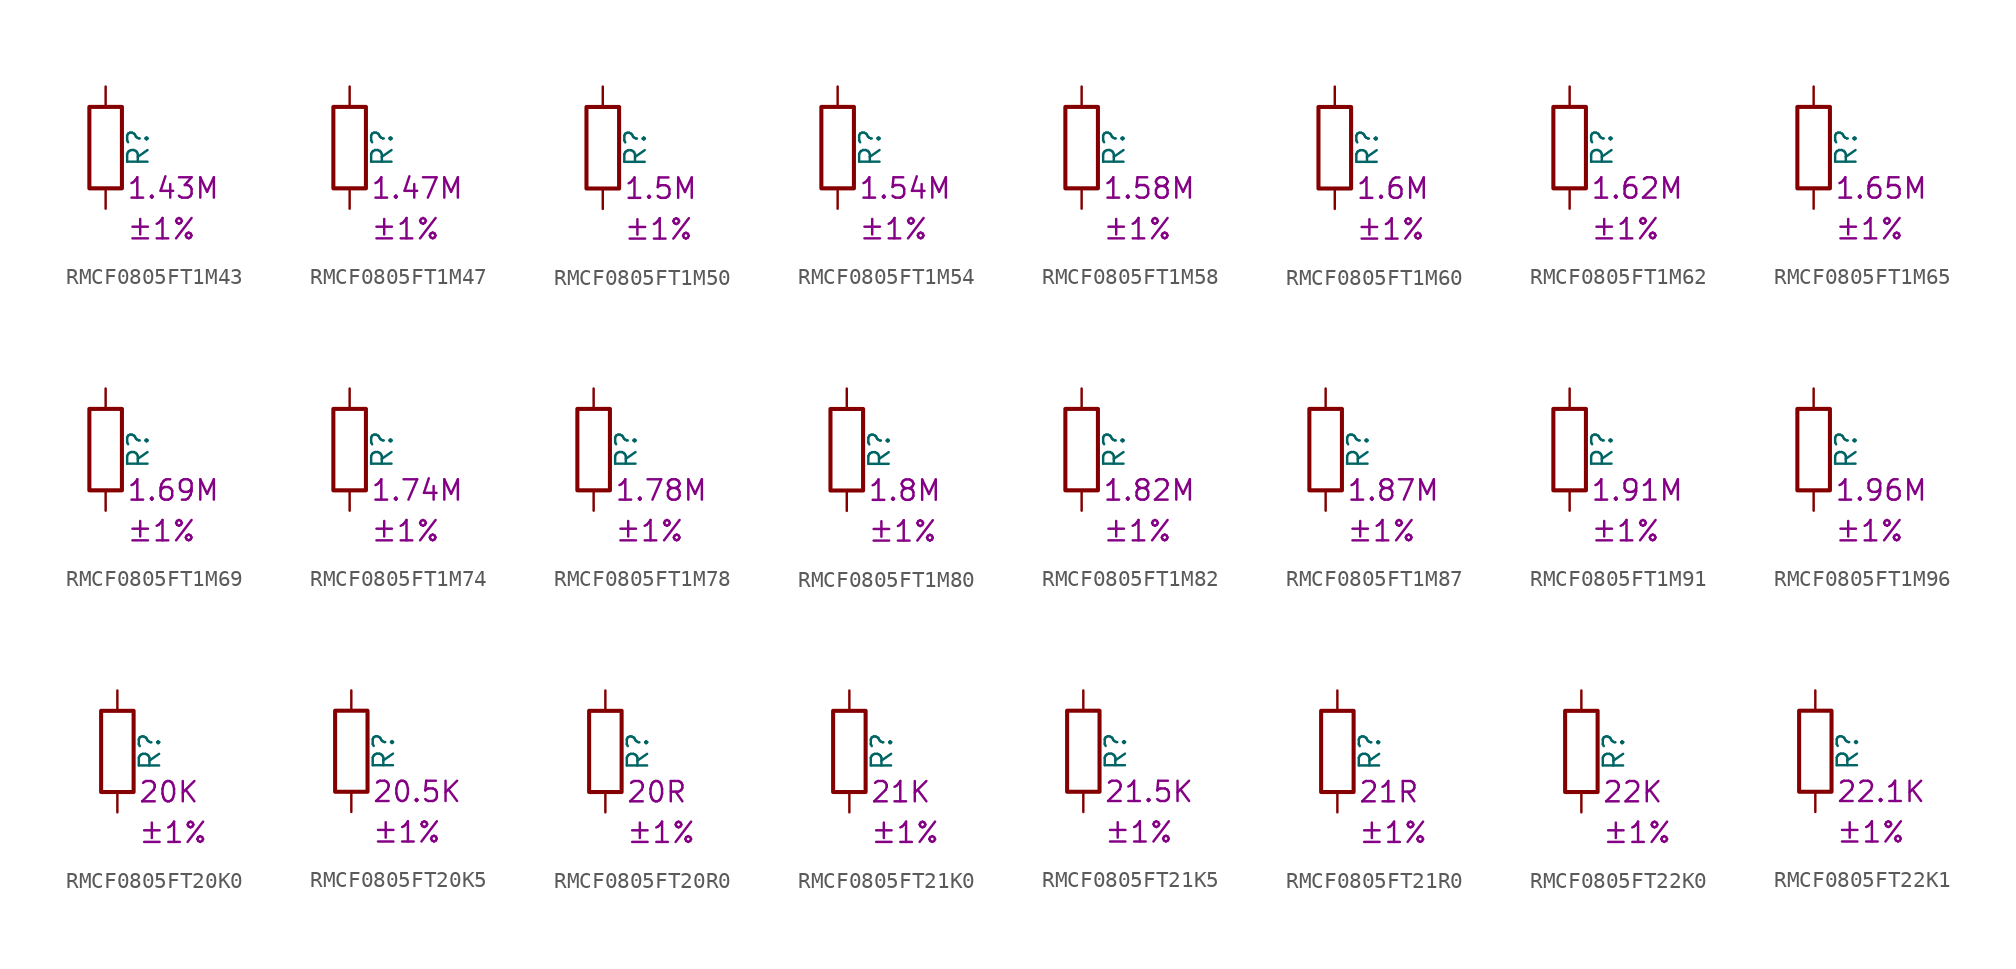
<source format=kicad_sym>
(kicad_symbol_lib
  (version 20220914)
  (generator kicad_symbol_editor)
  (symbol "RMCF0805FT1M43"
    (pin_numbers hide)
    (pin_names
      (offset 0))
    (property "Reference" "R"
      (at 2.032 0 90)
      (effects (font (size 1.27 1.27))))
    (property "Resistance" "1.43M"
      (at 1.27 -2.54 0)
      (effects (font (size 1.27 1.27)) (justify left)))
    (property "Tolerance" "±1%"
      (at 1.27 -5.08 0)
      (effects (font (size 1.27 1.27)) (justify left)))
    (symbol "RMCF0805FT1M43_0_1"
      (rectangle (start -1.016 -2.54) (end 1.016 2.54) (stroke (width 0.254) (type default)) (fill (type none))))
    (symbol "RMCF0805FT1M43_1_1"
      (pin passive line (at 0 3.81 270) (length 1.27) (name "~" (effects (font (size 1.27 1.27)))) (number "1" (effects (font (size 1.27 1.27)))))
      (pin passive line (at 0 -3.81 90) (length 1.27) (name "~" (effects (font (size 1.27 1.27)))) (number "2" (effects (font (size 1.27 1.27)))))))
  (symbol "RMCF0805FT1M47"
    (pin_numbers hide)
    (pin_names
      (offset 0))
    (property "Reference" "R"
      (at 2.032 0 90)
      (effects (font (size 1.27 1.27))))
    (property "Resistance" "1.47M"
      (at 1.27 -2.54 0)
      (effects (font (size 1.27 1.27)) (justify left)))
    (property "Tolerance" "±1%"
      (at 1.27 -5.08 0)
      (effects (font (size 1.27 1.27)) (justify left)))
    (symbol "RMCF0805FT1M47_0_1"
      (rectangle (start -1.016 -2.54) (end 1.016 2.54) (stroke (width 0.254) (type default)) (fill (type none))))
    (symbol "RMCF0805FT1M47_1_1"
      (pin passive line (at 0 3.81 270) (length 1.27) (name "~" (effects (font (size 1.27 1.27)))) (number "1" (effects (font (size 1.27 1.27)))))
      (pin passive line (at 0 -3.81 90) (length 1.27) (name "~" (effects (font (size 1.27 1.27)))) (number "2" (effects (font (size 1.27 1.27)))))))
  (symbol "RMCF0805FT1M50"
    (pin_numbers hide)
    (pin_names
      (offset 0))
    (property "Reference" "R"
      (at 2.032 0 90)
      (effects (font (size 1.27 1.27))))
    (property "Resistance" "1.5M"
      (at 1.27 -2.54 0)
      (effects (font (size 1.27 1.27)) (justify left)))
    (property "Tolerance" "±1%"
      (at 1.27 -5.08 0)
      (effects (font (size 1.27 1.27)) (justify left)))
    (symbol "RMCF0805FT1M50_0_1"
      (rectangle (start -1.016 -2.54) (end 1.016 2.54) (stroke (width 0.254) (type default)) (fill (type none))))
    (symbol "RMCF0805FT1M50_1_1"
      (pin passive line (at 0 3.81 270) (length 1.27) (name "~" (effects (font (size 1.27 1.27)))) (number "1" (effects (font (size 1.27 1.27)))))
      (pin passive line (at 0 -3.81 90) (length 1.27) (name "~" (effects (font (size 1.27 1.27)))) (number "2" (effects (font (size 1.27 1.27)))))))
  (symbol "RMCF0805FT1M54"
    (pin_numbers hide)
    (pin_names
      (offset 0))
    (property "Reference" "R"
      (at 2.032 0 90)
      (effects (font (size 1.27 1.27))))
    (property "Resistance" "1.54M"
      (at 1.27 -2.54 0)
      (effects (font (size 1.27 1.27)) (justify left)))
    (property "Tolerance" "±1%"
      (at 1.27 -5.08 0)
      (effects (font (size 1.27 1.27)) (justify left)))
    (symbol "RMCF0805FT1M54_0_1"
      (rectangle (start -1.016 -2.54) (end 1.016 2.54) (stroke (width 0.254) (type default)) (fill (type none))))
    (symbol "RMCF0805FT1M54_1_1"
      (pin passive line (at 0 3.81 270) (length 1.27) (name "~" (effects (font (size 1.27 1.27)))) (number "1" (effects (font (size 1.27 1.27)))))
      (pin passive line (at 0 -3.81 90) (length 1.27) (name "~" (effects (font (size 1.27 1.27)))) (number "2" (effects (font (size 1.27 1.27)))))))
  (symbol "RMCF0805FT1M58"
    (pin_numbers hide)
    (pin_names
      (offset 0))
    (property "Reference" "R"
      (at 2.032 0 90)
      (effects (font (size 1.27 1.27))))
    (property "Resistance" "1.58M"
      (at 1.27 -2.54 0)
      (effects (font (size 1.27 1.27)) (justify left)))
    (property "Tolerance" "±1%"
      (at 1.27 -5.08 0)
      (effects (font (size 1.27 1.27)) (justify left)))
    (symbol "RMCF0805FT1M58_0_1"
      (rectangle (start -1.016 -2.54) (end 1.016 2.54) (stroke (width 0.254) (type default)) (fill (type none))))
    (symbol "RMCF0805FT1M58_1_1"
      (pin passive line (at 0 3.81 270) (length 1.27) (name "~" (effects (font (size 1.27 1.27)))) (number "1" (effects (font (size 1.27 1.27)))))
      (pin passive line (at 0 -3.81 90) (length 1.27) (name "~" (effects (font (size 1.27 1.27)))) (number "2" (effects (font (size 1.27 1.27)))))))
  (symbol "RMCF0805FT1M60"
    (pin_numbers hide)
    (pin_names
      (offset 0))
    (property "Reference" "R"
      (at 2.032 0 90)
      (effects (font (size 1.27 1.27))))
    (property "Resistance" "1.6M"
      (at 1.27 -2.54 0)
      (effects (font (size 1.27 1.27)) (justify left)))
    (property "Tolerance" "±1%"
      (at 1.27 -5.08 0)
      (effects (font (size 1.27 1.27)) (justify left)))
    (symbol "RMCF0805FT1M60_0_1"
      (rectangle (start -1.016 -2.54) (end 1.016 2.54) (stroke (width 0.254) (type default)) (fill (type none))))
    (symbol "RMCF0805FT1M60_1_1"
      (pin passive line (at 0 3.81 270) (length 1.27) (name "~" (effects (font (size 1.27 1.27)))) (number "1" (effects (font (size 1.27 1.27)))))
      (pin passive line (at 0 -3.81 90) (length 1.27) (name "~" (effects (font (size 1.27 1.27)))) (number "2" (effects (font (size 1.27 1.27)))))))
  (symbol "RMCF0805FT1M62"
    (pin_numbers hide)
    (pin_names
      (offset 0))
    (property "Reference" "R"
      (at 2.032 0 90)
      (effects (font (size 1.27 1.27))))
    (property "Resistance" "1.62M"
      (at 1.27 -2.54 0)
      (effects (font (size 1.27 1.27)) (justify left)))
    (property "Tolerance" "±1%"
      (at 1.27 -5.08 0)
      (effects (font (size 1.27 1.27)) (justify left)))
    (symbol "RMCF0805FT1M62_0_1"
      (rectangle (start -1.016 -2.54) (end 1.016 2.54) (stroke (width 0.254) (type default)) (fill (type none))))
    (symbol "RMCF0805FT1M62_1_1"
      (pin passive line (at 0 3.81 270) (length 1.27) (name "~" (effects (font (size 1.27 1.27)))) (number "1" (effects (font (size 1.27 1.27)))))
      (pin passive line (at 0 -3.81 90) (length 1.27) (name "~" (effects (font (size 1.27 1.27)))) (number "2" (effects (font (size 1.27 1.27)))))))
  (symbol "RMCF0805FT1M65"
    (pin_numbers hide)
    (pin_names
      (offset 0))
    (property "Reference" "R"
      (at 2.032 0 90)
      (effects (font (size 1.27 1.27))))
    (property "Resistance" "1.65M"
      (at 1.27 -2.54 0)
      (effects (font (size 1.27 1.27)) (justify left)))
    (property "Tolerance" "±1%"
      (at 1.27 -5.08 0)
      (effects (font (size 1.27 1.27)) (justify left)))
    (symbol "RMCF0805FT1M65_0_1"
      (rectangle (start -1.016 -2.54) (end 1.016 2.54) (stroke (width 0.254) (type default)) (fill (type none))))
    (symbol "RMCF0805FT1M65_1_1"
      (pin passive line (at 0 3.81 270) (length 1.27) (name "~" (effects (font (size 1.27 1.27)))) (number "1" (effects (font (size 1.27 1.27)))))
      (pin passive line (at 0 -3.81 90) (length 1.27) (name "~" (effects (font (size 1.27 1.27)))) (number "2" (effects (font (size 1.27 1.27)))))))
  (symbol "RMCF0805FT1M69"
    (pin_numbers hide)
    (pin_names
      (offset 0))
    (property "Reference" "R"
      (at 2.032 0 90)
      (effects (font (size 1.27 1.27))))
    (property "Resistance" "1.69M"
      (at 1.27 -2.54 0)
      (effects (font (size 1.27 1.27)) (justify left)))
    (property "Tolerance" "±1%"
      (at 1.27 -5.08 0)
      (effects (font (size 1.27 1.27)) (justify left)))
    (symbol "RMCF0805FT1M69_0_1"
      (rectangle (start -1.016 -2.54) (end 1.016 2.54) (stroke (width 0.254) (type default)) (fill (type none))))
    (symbol "RMCF0805FT1M69_1_1"
      (pin passive line (at 0 3.81 270) (length 1.27) (name "~" (effects (font (size 1.27 1.27)))) (number "1" (effects (font (size 1.27 1.27)))))
      (pin passive line (at 0 -3.81 90) (length 1.27) (name "~" (effects (font (size 1.27 1.27)))) (number "2" (effects (font (size 1.27 1.27)))))))
  (symbol "RMCF0805FT1M74"
    (pin_numbers hide)
    (pin_names
      (offset 0))
    (property "Reference" "R"
      (at 2.032 0 90)
      (effects (font (size 1.27 1.27))))
    (property "Resistance" "1.74M"
      (at 1.27 -2.54 0)
      (effects (font (size 1.27 1.27)) (justify left)))
    (property "Tolerance" "±1%"
      (at 1.27 -5.08 0)
      (effects (font (size 1.27 1.27)) (justify left)))
    (symbol "RMCF0805FT1M74_0_1"
      (rectangle (start -1.016 -2.54) (end 1.016 2.54) (stroke (width 0.254) (type default)) (fill (type none))))
    (symbol "RMCF0805FT1M74_1_1"
      (pin passive line (at 0 3.81 270) (length 1.27) (name "~" (effects (font (size 1.27 1.27)))) (number "1" (effects (font (size 1.27 1.27)))))
      (pin passive line (at 0 -3.81 90) (length 1.27) (name "~" (effects (font (size 1.27 1.27)))) (number "2" (effects (font (size 1.27 1.27)))))))
  (symbol "RMCF0805FT1M78"
    (pin_numbers hide)
    (pin_names
      (offset 0))
    (property "Reference" "R"
      (at 2.032 0 90)
      (effects (font (size 1.27 1.27))))
    (property "Resistance" "1.78M"
      (at 1.27 -2.54 0)
      (effects (font (size 1.27 1.27)) (justify left)))
    (property "Tolerance" "±1%"
      (at 1.27 -5.08 0)
      (effects (font (size 1.27 1.27)) (justify left)))
    (symbol "RMCF0805FT1M78_0_1"
      (rectangle (start -1.016 -2.54) (end 1.016 2.54) (stroke (width 0.254) (type default)) (fill (type none))))
    (symbol "RMCF0805FT1M78_1_1"
      (pin passive line (at 0 3.81 270) (length 1.27) (name "~" (effects (font (size 1.27 1.27)))) (number "1" (effects (font (size 1.27 1.27)))))
      (pin passive line (at 0 -3.81 90) (length 1.27) (name "~" (effects (font (size 1.27 1.27)))) (number "2" (effects (font (size 1.27 1.27)))))))
  (symbol "RMCF0805FT1M80"
    (pin_numbers hide)
    (pin_names
      (offset 0))
    (property "Reference" "R"
      (at 2.032 0 90)
      (effects (font (size 1.27 1.27))))
    (property "Resistance" "1.8M"
      (at 1.27 -2.54 0)
      (effects (font (size 1.27 1.27)) (justify left)))
    (property "Tolerance" "±1%"
      (at 1.27 -5.08 0)
      (effects (font (size 1.27 1.27)) (justify left)))
    (symbol "RMCF0805FT1M80_0_1"
      (rectangle (start -1.016 -2.54) (end 1.016 2.54) (stroke (width 0.254) (type default)) (fill (type none))))
    (symbol "RMCF0805FT1M80_1_1"
      (pin passive line (at 0 3.81 270) (length 1.27) (name "~" (effects (font (size 1.27 1.27)))) (number "1" (effects (font (size 1.27 1.27)))))
      (pin passive line (at 0 -3.81 90) (length 1.27) (name "~" (effects (font (size 1.27 1.27)))) (number "2" (effects (font (size 1.27 1.27)))))))
  (symbol "RMCF0805FT1M82"
    (pin_numbers hide)
    (pin_names
      (offset 0))
    (property "Reference" "R"
      (at 2.032 0 90)
      (effects (font (size 1.27 1.27))))
    (property "Resistance" "1.82M"
      (at 1.27 -2.54 0)
      (effects (font (size 1.27 1.27)) (justify left)))
    (property "Tolerance" "±1%"
      (at 1.27 -5.08 0)
      (effects (font (size 1.27 1.27)) (justify left)))
    (symbol "RMCF0805FT1M82_0_1"
      (rectangle (start -1.016 -2.54) (end 1.016 2.54) (stroke (width 0.254) (type default)) (fill (type none))))
    (symbol "RMCF0805FT1M82_1_1"
      (pin passive line (at 0 3.81 270) (length 1.27) (name "~" (effects (font (size 1.27 1.27)))) (number "1" (effects (font (size 1.27 1.27)))))
      (pin passive line (at 0 -3.81 90) (length 1.27) (name "~" (effects (font (size 1.27 1.27)))) (number "2" (effects (font (size 1.27 1.27)))))))
  (symbol "RMCF0805FT1M87"
    (pin_numbers hide)
    (pin_names
      (offset 0))
    (property "Reference" "R"
      (at 2.032 0 90)
      (effects (font (size 1.27 1.27))))
    (property "Resistance" "1.87M"
      (at 1.27 -2.54 0)
      (effects (font (size 1.27 1.27)) (justify left)))
    (property "Tolerance" "±1%"
      (at 1.27 -5.08 0)
      (effects (font (size 1.27 1.27)) (justify left)))
    (symbol "RMCF0805FT1M87_0_1"
      (rectangle (start -1.016 -2.54) (end 1.016 2.54) (stroke (width 0.254) (type default)) (fill (type none))))
    (symbol "RMCF0805FT1M87_1_1"
      (pin passive line (at 0 3.81 270) (length 1.27) (name "~" (effects (font (size 1.27 1.27)))) (number "1" (effects (font (size 1.27 1.27)))))
      (pin passive line (at 0 -3.81 90) (length 1.27) (name "~" (effects (font (size 1.27 1.27)))) (number "2" (effects (font (size 1.27 1.27)))))))
  (symbol "RMCF0805FT1M91"
    (pin_numbers hide)
    (pin_names
      (offset 0))
    (property "Reference" "R"
      (at 2.032 0 90)
      (effects (font (size 1.27 1.27))))
    (property "Resistance" "1.91M"
      (at 1.27 -2.54 0)
      (effects (font (size 1.27 1.27)) (justify left)))
    (property "Tolerance" "±1%"
      (at 1.27 -5.08 0)
      (effects (font (size 1.27 1.27)) (justify left)))
    (symbol "RMCF0805FT1M91_0_1"
      (rectangle (start -1.016 -2.54) (end 1.016 2.54) (stroke (width 0.254) (type default)) (fill (type none))))
    (symbol "RMCF0805FT1M91_1_1"
      (pin passive line (at 0 3.81 270) (length 1.27) (name "~" (effects (font (size 1.27 1.27)))) (number "1" (effects (font (size 1.27 1.27)))))
      (pin passive line (at 0 -3.81 90) (length 1.27) (name "~" (effects (font (size 1.27 1.27)))) (number "2" (effects (font (size 1.27 1.27)))))))
  (symbol "RMCF0805FT1M96"
    (pin_numbers hide)
    (pin_names
      (offset 0))
    (property "Reference" "R"
      (at 2.032 0 90)
      (effects (font (size 1.27 1.27))))
    (property "Resistance" "1.96M"
      (at 1.27 -2.54 0)
      (effects (font (size 1.27 1.27)) (justify left)))
    (property "Tolerance" "±1%"
      (at 1.27 -5.08 0)
      (effects (font (size 1.27 1.27)) (justify left)))
    (symbol "RMCF0805FT1M96_0_1"
      (rectangle (start -1.016 -2.54) (end 1.016 2.54) (stroke (width 0.254) (type default)) (fill (type none))))
    (symbol "RMCF0805FT1M96_1_1"
      (pin passive line (at 0 3.81 270) (length 1.27) (name "~" (effects (font (size 1.27 1.27)))) (number "1" (effects (font (size 1.27 1.27)))))
      (pin passive line (at 0 -3.81 90) (length 1.27) (name "~" (effects (font (size 1.27 1.27)))) (number "2" (effects (font (size 1.27 1.27)))))))
  (symbol "RMCF0805FT20K0"
    (pin_numbers hide)
    (pin_names
      (offset 0))
    (property "Reference" "R"
      (at 2.032 0 90)
      (effects (font (size 1.27 1.27))))
    (property "Resistance" "20K"
      (at 1.27 -2.54 0)
      (effects (font (size 1.27 1.27)) (justify left)))
    (property "Tolerance" "±1%"
      (at 1.27 -5.08 0)
      (effects (font (size 1.27 1.27)) (justify left)))
    (symbol "RMCF0805FT20K0_0_1"
      (rectangle (start -1.016 -2.54) (end 1.016 2.54) (stroke (width 0.254) (type default)) (fill (type none))))
    (symbol "RMCF0805FT20K0_1_1"
      (pin passive line (at 0 3.81 270) (length 1.27) (name "~" (effects (font (size 1.27 1.27)))) (number "1" (effects (font (size 1.27 1.27)))))
      (pin passive line (at 0 -3.81 90) (length 1.27) (name "~" (effects (font (size 1.27 1.27)))) (number "2" (effects (font (size 1.27 1.27)))))))
  (symbol "RMCF0805FT20K5"
    (pin_numbers hide)
    (pin_names
      (offset 0))
    (property "Reference" "R"
      (at 2.032 0 90)
      (effects (font (size 1.27 1.27))))
    (property "Resistance" "20.5K"
      (at 1.27 -2.54 0)
      (effects (font (size 1.27 1.27)) (justify left)))
    (property "Tolerance" "±1%"
      (at 1.27 -5.08 0)
      (effects (font (size 1.27 1.27)) (justify left)))
    (symbol "RMCF0805FT20K5_0_1"
      (rectangle (start -1.016 -2.54) (end 1.016 2.54) (stroke (width 0.254) (type default)) (fill (type none))))
    (symbol "RMCF0805FT20K5_1_1"
      (pin passive line (at 0 3.81 270) (length 1.27) (name "~" (effects (font (size 1.27 1.27)))) (number "1" (effects (font (size 1.27 1.27)))))
      (pin passive line (at 0 -3.81 90) (length 1.27) (name "~" (effects (font (size 1.27 1.27)))) (number "2" (effects (font (size 1.27 1.27)))))))
  (symbol "RMCF0805FT20R0"
    (pin_numbers hide)
    (pin_names
      (offset 0))
    (property "Reference" "R"
      (at 2.032 0 90)
      (effects (font (size 1.27 1.27))))
    (property "Resistance" "20R"
      (at 1.27 -2.54 0)
      (effects (font (size 1.27 1.27)) (justify left)))
    (property "Tolerance" "±1%"
      (at 1.27 -5.08 0)
      (effects (font (size 1.27 1.27)) (justify left)))
    (symbol "RMCF0805FT20R0_0_1"
      (rectangle (start -1.016 -2.54) (end 1.016 2.54) (stroke (width 0.254) (type default)) (fill (type none))))
    (symbol "RMCF0805FT20R0_1_1"
      (pin passive line (at 0 3.81 270) (length 1.27) (name "~" (effects (font (size 1.27 1.27)))) (number "1" (effects (font (size 1.27 1.27)))))
      (pin passive line (at 0 -3.81 90) (length 1.27) (name "~" (effects (font (size 1.27 1.27)))) (number "2" (effects (font (size 1.27 1.27)))))))
  (symbol "RMCF0805FT21K0"
    (pin_numbers hide)
    (pin_names
      (offset 0))
    (property "Reference" "R"
      (at 2.032 0 90)
      (effects (font (size 1.27 1.27))))
    (property "Resistance" "21K"
      (at 1.27 -2.54 0)
      (effects (font (size 1.27 1.27)) (justify left)))
    (property "Tolerance" "±1%"
      (at 1.27 -5.08 0)
      (effects (font (size 1.27 1.27)) (justify left)))
    (symbol "RMCF0805FT21K0_0_1"
      (rectangle (start -1.016 -2.54) (end 1.016 2.54) (stroke (width 0.254) (type default)) (fill (type none))))
    (symbol "RMCF0805FT21K0_1_1"
      (pin passive line (at 0 3.81 270) (length 1.27) (name "~" (effects (font (size 1.27 1.27)))) (number "1" (effects (font (size 1.27 1.27)))))
      (pin passive line (at 0 -3.81 90) (length 1.27) (name "~" (effects (font (size 1.27 1.27)))) (number "2" (effects (font (size 1.27 1.27)))))))
  (symbol "RMCF0805FT21K5"
    (pin_numbers hide)
    (pin_names
      (offset 0))
    (property "Reference" "R"
      (at 2.032 0 90)
      (effects (font (size 1.27 1.27))))
    (property "Resistance" "21.5K"
      (at 1.27 -2.54 0)
      (effects (font (size 1.27 1.27)) (justify left)))
    (property "Tolerance" "±1%"
      (at 1.27 -5.08 0)
      (effects (font (size 1.27 1.27)) (justify left)))
    (symbol "RMCF0805FT21K5_0_1"
      (rectangle (start -1.016 -2.54) (end 1.016 2.54) (stroke (width 0.254) (type default)) (fill (type none))))
    (symbol "RMCF0805FT21K5_1_1"
      (pin passive line (at 0 3.81 270) (length 1.27) (name "~" (effects (font (size 1.27 1.27)))) (number "1" (effects (font (size 1.27 1.27)))))
      (pin passive line (at 0 -3.81 90) (length 1.27) (name "~" (effects (font (size 1.27 1.27)))) (number "2" (effects (font (size 1.27 1.27)))))))
  (symbol "RMCF0805FT21R0"
    (pin_numbers hide)
    (pin_names
      (offset 0))
    (property "Reference" "R"
      (at 2.032 0 90)
      (effects (font (size 1.27 1.27))))
    (property "Resistance" "21R"
      (at 1.27 -2.54 0)
      (effects (font (size 1.27 1.27)) (justify left)))
    (property "Tolerance" "±1%"
      (at 1.27 -5.08 0)
      (effects (font (size 1.27 1.27)) (justify left)))
    (symbol "RMCF0805FT21R0_0_1"
      (rectangle (start -1.016 -2.54) (end 1.016 2.54) (stroke (width 0.254) (type default)) (fill (type none))))
    (symbol "RMCF0805FT21R0_1_1"
      (pin passive line (at 0 3.81 270) (length 1.27) (name "~" (effects (font (size 1.27 1.27)))) (number "1" (effects (font (size 1.27 1.27)))))
      (pin passive line (at 0 -3.81 90) (length 1.27) (name "~" (effects (font (size 1.27 1.27)))) (number "2" (effects (font (size 1.27 1.27)))))))
  (symbol "RMCF0805FT22K0"
    (pin_numbers hide)
    (pin_names
      (offset 0))
    (property "Reference" "R"
      (at 2.032 0 90)
      (effects (font (size 1.27 1.27))))
    (property "Resistance" "22K"
      (at 1.27 -2.54 0)
      (effects (font (size 1.27 1.27)) (justify left)))
    (property "Tolerance" "±1%"
      (at 1.27 -5.08 0)
      (effects (font (size 1.27 1.27)) (justify left)))
    (symbol "RMCF0805FT22K0_0_1"
      (rectangle (start -1.016 -2.54) (end 1.016 2.54) (stroke (width 0.254) (type default)) (fill (type none))))
    (symbol "RMCF0805FT22K0_1_1"
      (pin passive line (at 0 3.81 270) (length 1.27) (name "~" (effects (font (size 1.27 1.27)))) (number "1" (effects (font (size 1.27 1.27)))))
      (pin passive line (at 0 -3.81 90) (length 1.27) (name "~" (effects (font (size 1.27 1.27)))) (number "2" (effects (font (size 1.27 1.27)))))))
  (symbol "RMCF0805FT22K1"
    (pin_numbers hide)
    (pin_names
      (offset 0))
    (property "Reference" "R"
      (at 2.032 0 90)
      (effects (font (size 1.27 1.27))))
    (property "Resistance" "22.1K"
      (at 1.27 -2.54 0)
      (effects (font (size 1.27 1.27)) (justify left)))
    (property "Tolerance" "±1%"
      (at 1.27 -5.08 0)
      (effects (font (size 1.27 1.27)) (justify left)))
    (symbol "RMCF0805FT22K1_0_1"
      (rectangle (start -1.016 -2.54) (end 1.016 2.54) (stroke (width 0.254) (type default)) (fill (type none))))
    (symbol "RMCF0805FT22K1_1_1"
      (pin passive line (at 0 3.81 270) (length 1.27) (name "~" (effects (font (size 1.27 1.27)))) (number "1" (effects (font (size 1.27 1.27)))))
      (pin passive line (at 0 -3.81 90) (length 1.27) (name "~" (effects (font (size 1.27 1.27)))) (number "2" (effects (font (size 1.27 1.27))))))))
</source>
